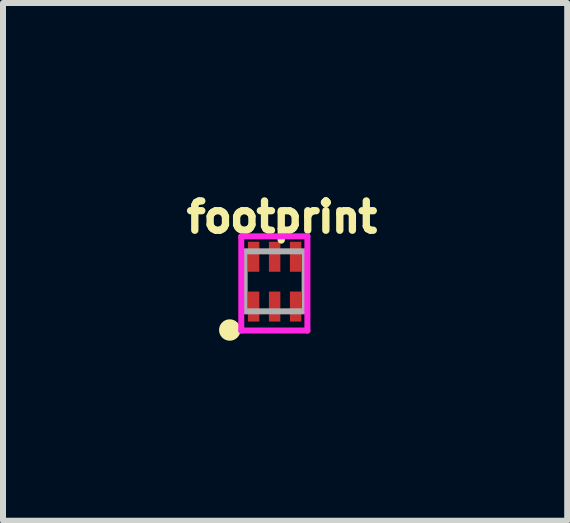
<source format=kicad_pcb>
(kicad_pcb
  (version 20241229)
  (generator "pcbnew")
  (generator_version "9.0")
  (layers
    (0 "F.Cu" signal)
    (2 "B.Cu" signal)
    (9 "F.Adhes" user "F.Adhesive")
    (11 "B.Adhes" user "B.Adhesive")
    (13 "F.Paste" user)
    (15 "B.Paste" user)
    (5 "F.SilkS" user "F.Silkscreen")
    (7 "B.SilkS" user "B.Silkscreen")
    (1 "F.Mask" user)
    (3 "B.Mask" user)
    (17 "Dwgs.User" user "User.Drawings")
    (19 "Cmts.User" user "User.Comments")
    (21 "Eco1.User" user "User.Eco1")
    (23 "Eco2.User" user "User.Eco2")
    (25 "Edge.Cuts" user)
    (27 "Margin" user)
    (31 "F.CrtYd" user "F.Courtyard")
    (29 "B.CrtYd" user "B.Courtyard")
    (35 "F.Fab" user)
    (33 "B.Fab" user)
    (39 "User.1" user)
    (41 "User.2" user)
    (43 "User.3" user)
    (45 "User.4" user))
  (footprint "footprint"
    (layer "F.Cu")
    (at 1.537 1.659)
    (property "Reference" "footprint" (at -1.537 -0.806 0) (layer "F.SilkS") (effects (font (size 0.488 0.488) (thickness 0.122)) (justify left bottom)))
    (fp_poly (pts (xy -0.48 -0.17) (xy -0.24 -0.17) (xy -0.24 -0.69) (xy -0.48 -0.69)) (stroke (width 0) (type solid)) (fill yes) (layer "F.Mask"))
    (fp_poly (pts (xy -0.48 0.66) (xy -0.24 0.66) (xy -0.24 0.14) (xy -0.48 0.14)) (stroke (width 0) (type solid)) (fill yes) (layer "F.Mask"))
    (fp_poly (pts (xy -0.13 -0.17) (xy 0.11 -0.17) (xy 0.11 -0.69) (xy -0.13 -0.69)) (stroke (width 0) (type solid)) (fill yes) (layer "F.Mask"))
    (fp_poly (pts (xy -0.13 0.66) (xy 0.11 0.66) (xy 0.11 0.14) (xy -0.13 0.14)) (stroke (width 0) (type solid)) (fill yes) (layer "F.Mask"))
    (fp_poly (pts (xy 0.22 -0.17) (xy 0.46 -0.17) (xy 0.46 -0.69) (xy 0.22 -0.69)) (stroke (width 0) (type solid)) (fill yes) (layer "F.Mask"))
    (fp_poly (pts (xy 0.22 0.66) (xy 0.46 0.66) (xy 0.46 0.14) (xy 0.22 0.14)) (stroke (width 0) (type solid)) (fill yes) (layer "F.Mask"))
    (fp_circle (center -0.758 0.791) (end -0.669 0.791) (stroke (width 0.179) (type solid)) (fill yes) (layer "F.SilkS"))
    (fp_poly (pts (xy -0.43 -0.21) (xy -0.29 -0.21) (xy -0.29 -0.65) (xy -0.43 -0.65)) (stroke (width 0) (type solid)) (fill yes) (layer "F.Paste"))
    (fp_poly (pts (xy -0.43 0.62) (xy -0.29 0.62) (xy -0.29 0.18) (xy -0.43 0.18)) (stroke (width 0) (type solid)) (fill yes) (layer "F.Paste"))
    (fp_poly (pts (xy -0.08 -0.21) (xy 0.06 -0.21) (xy 0.06 -0.65) (xy -0.08 -0.65)) (stroke (width 0) (type solid)) (fill yes) (layer "F.Paste"))
    (fp_poly (pts (xy -0.08 0.62) (xy 0.06 0.62) (xy 0.06 0.18) (xy -0.08 0.18)) (stroke (width 0) (type solid)) (fill yes) (layer "F.Paste"))
    (fp_poly (pts (xy 0.27 -0.21) (xy 0.41 -0.21) (xy 0.41 -0.65) (xy 0.27 -0.65)) (stroke (width 0) (type solid)) (fill yes) (layer "F.Paste"))
    (fp_poly (pts (xy 0.27 0.62) (xy 0.41 0.62) (xy 0.41 0.18) (xy 0.27 0.18)) (stroke (width 0) (type solid)) (fill yes) (layer "F.Paste"))
    (fp_line (start -0.566 -0.77) (end -0.566 0.8) (stroke (width 0.1) (type solid)) (layer "F.CrtYd"))
    (fp_line (start -0.566 0.8) (end 0.536 0.8) (stroke (width 0.1) (type solid)) (layer "F.CrtYd"))
    (fp_line (start 0.536 -0.77) (end -0.566 -0.77) (stroke (width 0.1) (type solid)) (layer "F.CrtYd"))
    (fp_line (start 0.536 0.8) (end 0.536 -0.77) (stroke (width 0.1) (type solid)) (layer "F.CrtYd"))
    (fp_poly (pts (xy -0.51 0.48) (xy 0.49 0.48) (xy 0.49 -0.52) (xy -0.51 -0.52)) (stroke (width 0.1) (type solid)) (fill no) (layer "F.Fab"))
    (pad "P1" smd rect (at -0.36 0.4) (size 0.19 0.5) (layers "F.Cu"))
    (pad "P2" smd rect (at -0.01 0.4) (size 0.19 0.5) (layers "F.Cu"))
    (pad "P3" smd rect (at 0.34 0.4) (size 0.19 0.5) (layers "F.Cu"))
    (pad "P4" smd rect (at 0.34 -0.43) (size 0.19 0.5) (layers "F.Cu"))
    (pad "P5" smd rect (at -0.01 -0.43) (size 0.19 0.5) (layers "F.Cu"))
    (pad "P6" smd rect (at -0.36 -0.43) (size 0.19 0.5) (layers "F.Cu")))
  (gr_rect
    (start -3 -3)
    (end 6.403 5.629)
    (stroke (width 0.1) (type default))
    (fill no)
    (layer "Edge.Cuts")))
</source>
